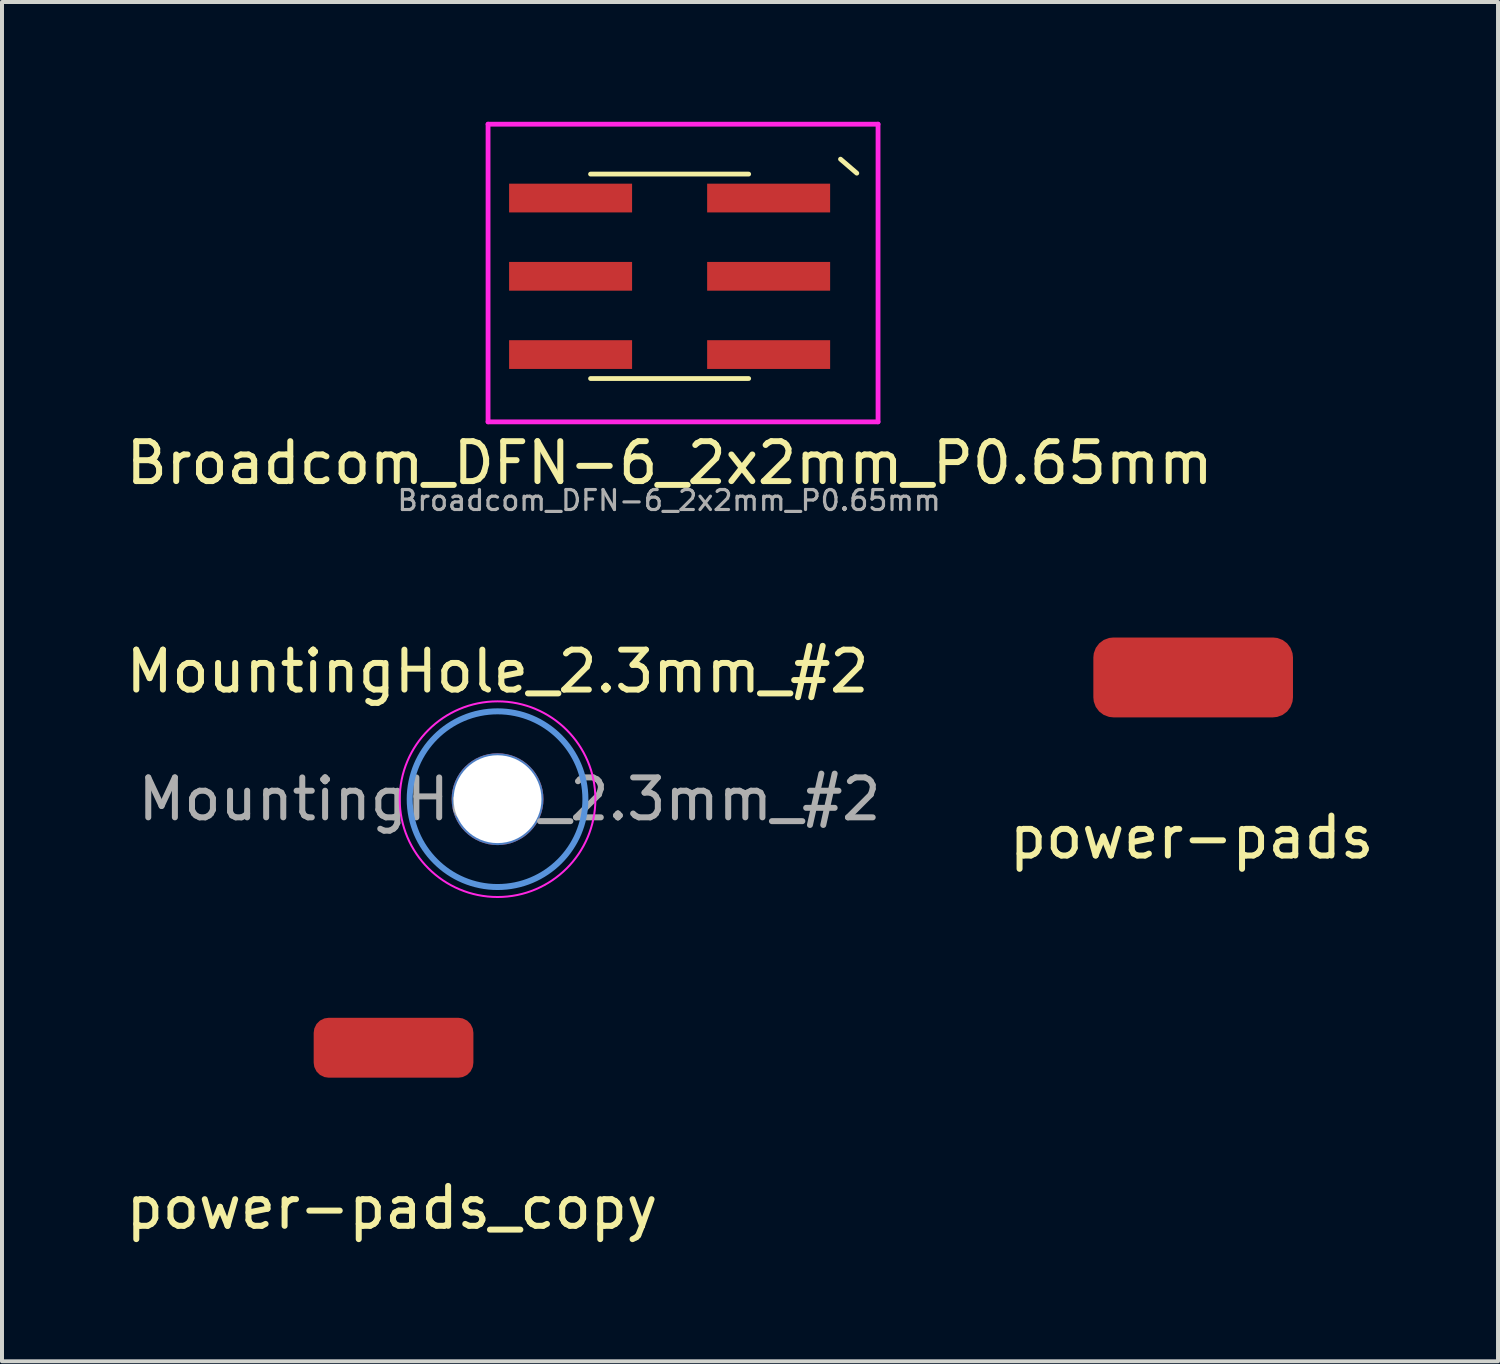
<source format=kicad_pcb>
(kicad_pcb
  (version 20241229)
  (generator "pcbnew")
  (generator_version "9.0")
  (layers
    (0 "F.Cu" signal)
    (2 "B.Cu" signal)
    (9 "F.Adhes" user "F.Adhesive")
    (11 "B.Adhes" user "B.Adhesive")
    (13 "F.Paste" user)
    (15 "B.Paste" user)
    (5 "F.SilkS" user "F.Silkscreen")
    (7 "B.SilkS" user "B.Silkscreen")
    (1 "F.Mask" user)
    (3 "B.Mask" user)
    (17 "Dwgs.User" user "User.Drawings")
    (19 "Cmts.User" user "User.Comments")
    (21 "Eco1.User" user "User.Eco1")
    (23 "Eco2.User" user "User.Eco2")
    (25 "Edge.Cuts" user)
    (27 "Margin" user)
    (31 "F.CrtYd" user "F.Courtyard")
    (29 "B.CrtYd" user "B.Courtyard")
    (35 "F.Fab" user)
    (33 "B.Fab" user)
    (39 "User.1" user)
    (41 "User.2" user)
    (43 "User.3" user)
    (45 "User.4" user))
  (footprint "power-pads_copy"
    (layer "F.Cu")
    (at 6.806 23.19)
    (property "Reference" "power-pads_copy" (at -0.038 4.005 0) (layer "F.SilkS") (effects (font (size 1 1) (thickness 0.15))))
    (attr through_hole)
    (pad "1" smd roundrect (at 0 0) (size 4 1.5) (layers "F.Cu" "F.Mask" "F.Paste") (roundrect_rratio 0.25)))
  (footprint "power-pads"
    (layer "F.Cu")
    (at 26.832 13.916)
    (property "Reference" "power-pads" (at -0.038 4.005 0) (layer "F.SilkS") (effects (font (size 1 1) (thickness 0.15))))
    (attr through_hole)
    (pad "1" smd roundrect (at 0 0) (size 5 2) (layers "F.Cu" "F.Mask" "F.Paste") (roundrect_rratio 0.25)))
  (footprint "Broadcom_DFN-6_2x2mm_P0.65mm"
    (layer "F.Cu")
    (at 13.72 3.87)
    (property "Reference" "Broadcom_DFN-6_2x2mm_P0.65mm" (at 0 4.674 0) (layer "F.SilkS") (effects (font (size 1 1) (thickness 0.15))))
    (attr smd)
    (fp_line (start -1.98 -2.56) (end 1.98 -2.56) (stroke (width 0.12) (type solid)) (layer "F.SilkS"))
    (fp_line (start -1.98 2.56) (end 1.98 2.56) (stroke (width 0.12) (type solid)) (layer "F.SilkS"))
    (fp_line (start 4.688 -2.583) (end 4.28 -2.934) (stroke (width 0.12) (type solid)) (layer "F.SilkS"))
    (fp_line (start -4.547 -3.81) (end 5.22 -3.81) (stroke (width 0.12) (type solid)) (layer "F.CrtYd"))
    (fp_line (start -4.547 3.645) (end -4.547 -3.81) (stroke (width 0.12) (type solid)) (layer "F.CrtYd"))
    (fp_line (start 5.22 -3.81) (end 5.22 3.645) (stroke (width 0.12) (type solid)) (layer "F.CrtYd"))
    (fp_line (start 5.22 3.645) (end -4.547 3.645) (stroke (width 0.12) (type solid)) (layer "F.CrtYd"))
    (fp_text user "${REFERENCE}" (at -0.013 5.613 0) (layer "F.Fab") (effects (font (size 0.5 0.5) (thickness 0.08))))
    (pad "1" smd rect (at -2.48 -1.96) (size 3.08 0.72) (layers "F.Cu" "F.Mask" "F.Paste"))
    (pad "2" smd rect (at -2.48 0) (size 3.08 0.72) (layers "F.Cu" "F.Mask" "F.Paste"))
    (pad "3" smd rect (at -2.48 1.96) (size 3.08 0.72) (layers "F.Cu" "F.Mask" "F.Paste"))
    (pad "4" smd rect (at 2.48 1.96) (size 3.08 0.72) (layers "F.Cu" "F.Mask" "F.Paste"))
    (pad "5" smd rect (at 2.48 0) (size 3.08 0.72) (layers "F.Cu" "F.Mask" "F.Paste"))
    (pad "6" smd rect (at 2.48 -1.96) (size 3.08 0.72) (layers "F.Cu" "F.Mask" "F.Paste")))
  (footprint "MountingHole_2.3mm_#2"
    (layer "F.Cu")
    (at 9.411 16.965)
    (property "Reference" "MountingHole_2.3mm_#2" (at 0 -3.2 0) (layer "F.SilkS") (effects (font (size 1 1) (thickness 0.15))))
    (attr exclude_from_pos_files exclude_from_bom)
    (fp_circle (center 0 0) (end 2.2 0) (stroke (width 0.15) (type solid)) (fill no) (layer "Cmts.User"))
    (fp_circle (center 0 0) (end 2.45 0) (stroke (width 0.05) (type solid)) (fill no) (layer "F.CrtYd"))
    (fp_text user "${REFERENCE}" (at 0.3 0 0) (layer "F.Fab") (effects (font (size 1 1) (thickness 0.15))))
    (pad "" np_thru_hole circle (at 0 0) (size 2.3 2.3) (drill 2.2) (layers "*.Cu" "*.Mask")))
  (gr_rect
    (start -3 -3)
    (end 34.467 31.043)
    (stroke (width 0.1) (type default))
    (fill no)
    (layer "Edge.Cuts")))
</source>
